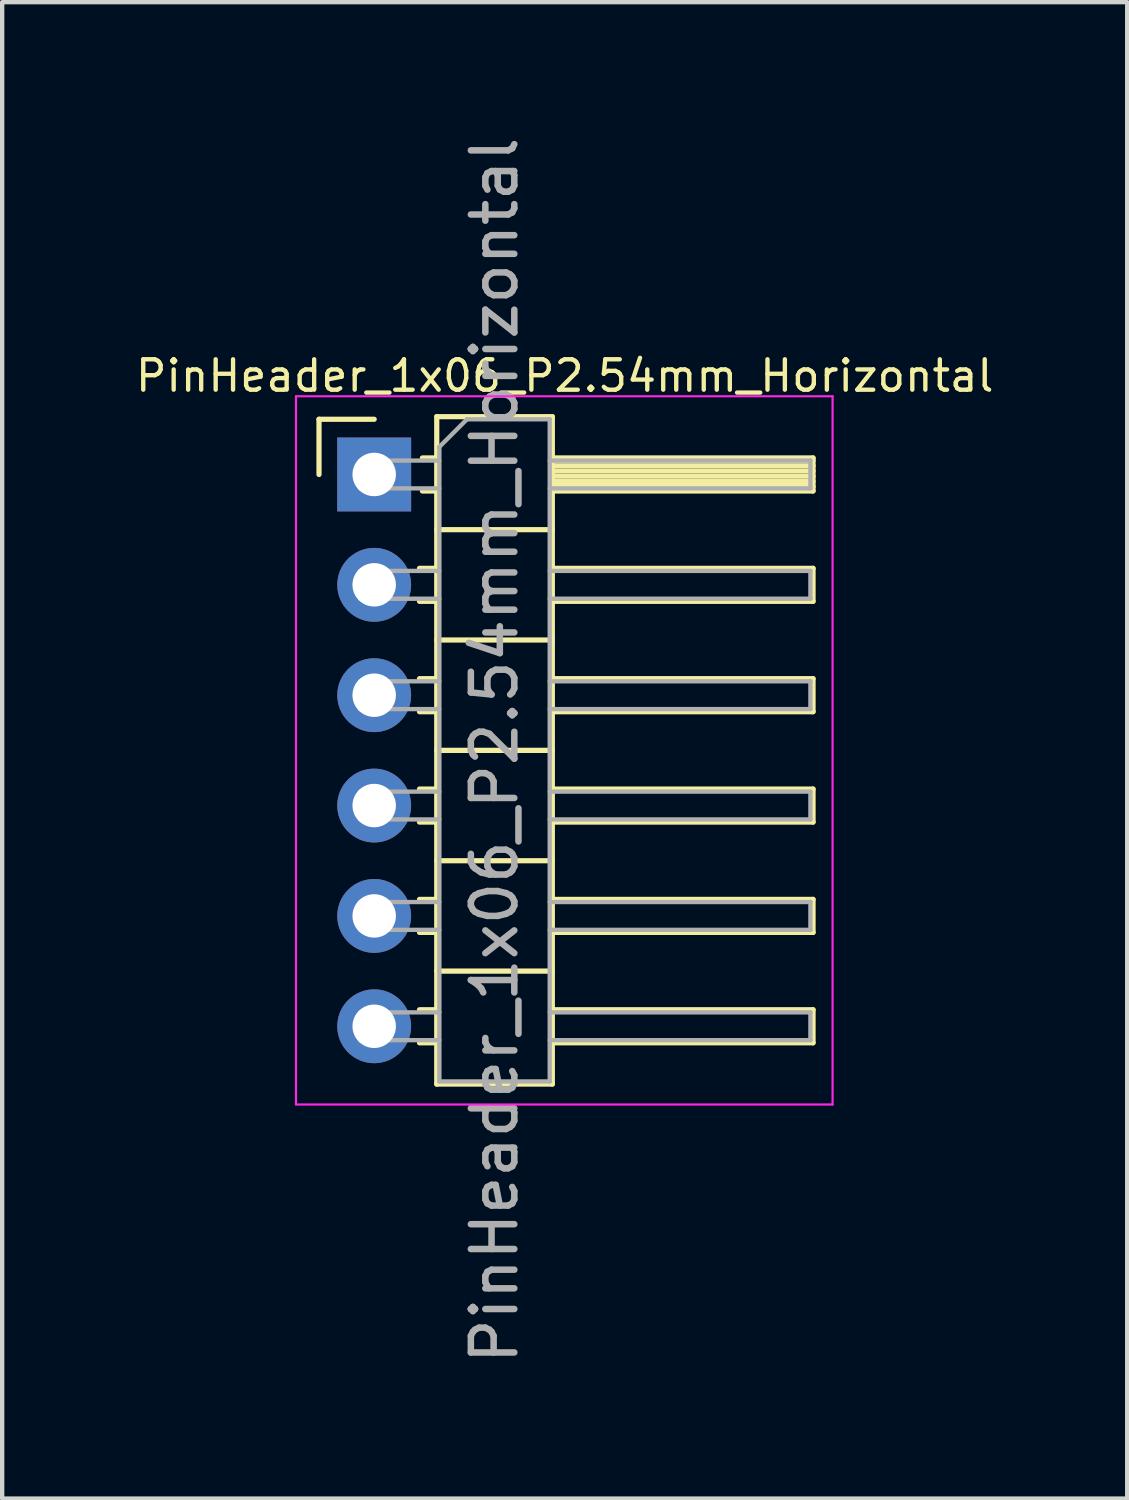
<source format=kicad_pcb>
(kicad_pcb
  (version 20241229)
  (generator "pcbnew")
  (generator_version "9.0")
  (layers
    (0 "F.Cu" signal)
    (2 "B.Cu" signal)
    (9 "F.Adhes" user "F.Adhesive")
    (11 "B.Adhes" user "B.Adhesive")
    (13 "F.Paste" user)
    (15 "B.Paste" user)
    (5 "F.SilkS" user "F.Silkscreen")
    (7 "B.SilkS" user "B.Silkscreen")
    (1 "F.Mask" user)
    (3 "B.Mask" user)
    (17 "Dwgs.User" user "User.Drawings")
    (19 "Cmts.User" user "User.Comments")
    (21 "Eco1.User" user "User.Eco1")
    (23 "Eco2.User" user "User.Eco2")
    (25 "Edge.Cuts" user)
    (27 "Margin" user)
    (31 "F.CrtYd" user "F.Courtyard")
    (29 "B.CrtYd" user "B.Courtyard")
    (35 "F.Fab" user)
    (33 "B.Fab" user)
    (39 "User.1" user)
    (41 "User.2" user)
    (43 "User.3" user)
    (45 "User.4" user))
  (footprint "PinHeader_1x06_P2.54mm_Horizontal"
    (layer "F.Cu")
    (at 5.562 7.87)
    (property "Reference" "PinHeader_1x06_P2.54mm_Horizontal" (at 4.385 -2.27 180) (layer "F.SilkS") (effects (font (size 0.7 0.7) (thickness 0.1))))
    (attr through_hole)
    (fp_line (start -1.27 -1.27) (end 0 -1.27) (stroke (width 0.12) (type solid)) (layer "F.SilkS"))
    (fp_line (start -1.27 0) (end -1.27 -1.27) (stroke (width 0.12) (type solid)) (layer "F.SilkS"))
    (fp_line (start 1.043 2.16) (end 1.44 2.16) (stroke (width 0.12) (type solid)) (layer "F.SilkS"))
    (fp_line (start 1.043 2.92) (end 1.44 2.92) (stroke (width 0.12) (type solid)) (layer "F.SilkS"))
    (fp_line (start 1.043 4.7) (end 1.44 4.7) (stroke (width 0.12) (type solid)) (layer "F.SilkS"))
    (fp_line (start 1.043 5.46) (end 1.44 5.46) (stroke (width 0.12) (type solid)) (layer "F.SilkS"))
    (fp_line (start 1.043 7.24) (end 1.44 7.24) (stroke (width 0.12) (type solid)) (layer "F.SilkS"))
    (fp_line (start 1.043 8) (end 1.44 8) (stroke (width 0.12) (type solid)) (layer "F.SilkS"))
    (fp_line (start 1.043 9.78) (end 1.44 9.78) (stroke (width 0.12) (type solid)) (layer "F.SilkS"))
    (fp_line (start 1.043 10.54) (end 1.44 10.54) (stroke (width 0.12) (type solid)) (layer "F.SilkS"))
    (fp_line (start 1.043 12.32) (end 1.44 12.32) (stroke (width 0.12) (type solid)) (layer "F.SilkS"))
    (fp_line (start 1.043 13.08) (end 1.44 13.08) (stroke (width 0.12) (type solid)) (layer "F.SilkS"))
    (fp_line (start 1.11 -0.38) (end 1.44 -0.38) (stroke (width 0.12) (type solid)) (layer "F.SilkS"))
    (fp_line (start 1.11 0.38) (end 1.44 0.38) (stroke (width 0.12) (type solid)) (layer "F.SilkS"))
    (fp_line (start 1.44 -1.33) (end 1.44 14.03) (stroke (width 0.12) (type solid)) (layer "F.SilkS"))
    (fp_line (start 1.44 1.27) (end 4.1 1.27) (stroke (width 0.12) (type solid)) (layer "F.SilkS"))
    (fp_line (start 1.44 3.81) (end 4.1 3.81) (stroke (width 0.12) (type solid)) (layer "F.SilkS"))
    (fp_line (start 1.44 6.35) (end 4.1 6.35) (stroke (width 0.12) (type solid)) (layer "F.SilkS"))
    (fp_line (start 1.44 8.89) (end 4.1 8.89) (stroke (width 0.12) (type solid)) (layer "F.SilkS"))
    (fp_line (start 1.44 11.43) (end 4.1 11.43) (stroke (width 0.12) (type solid)) (layer "F.SilkS"))
    (fp_line (start 1.44 14.03) (end 4.1 14.03) (stroke (width 0.12) (type solid)) (layer "F.SilkS"))
    (fp_line (start 4.1 -1.33) (end 1.44 -1.33) (stroke (width 0.12) (type solid)) (layer "F.SilkS"))
    (fp_line (start 4.1 -0.38) (end 10.1 -0.38) (stroke (width 0.12) (type solid)) (layer "F.SilkS"))
    (fp_line (start 4.1 -0.32) (end 10.1 -0.32) (stroke (width 0.12) (type solid)) (layer "F.SilkS"))
    (fp_line (start 4.1 -0.2) (end 10.1 -0.2) (stroke (width 0.12) (type solid)) (layer "F.SilkS"))
    (fp_line (start 4.1 -0.08) (end 10.1 -0.08) (stroke (width 0.12) (type solid)) (layer "F.SilkS"))
    (fp_line (start 4.1 0.04) (end 10.1 0.04) (stroke (width 0.12) (type solid)) (layer "F.SilkS"))
    (fp_line (start 4.1 0.16) (end 10.1 0.16) (stroke (width 0.12) (type solid)) (layer "F.SilkS"))
    (fp_line (start 4.1 0.28) (end 10.1 0.28) (stroke (width 0.12) (type solid)) (layer "F.SilkS"))
    (fp_line (start 4.1 2.16) (end 10.1 2.16) (stroke (width 0.12) (type solid)) (layer "F.SilkS"))
    (fp_line (start 4.1 4.7) (end 10.1 4.7) (stroke (width 0.12) (type solid)) (layer "F.SilkS"))
    (fp_line (start 4.1 7.24) (end 10.1 7.24) (stroke (width 0.12) (type solid)) (layer "F.SilkS"))
    (fp_line (start 4.1 9.78) (end 10.1 9.78) (stroke (width 0.12) (type solid)) (layer "F.SilkS"))
    (fp_line (start 4.1 12.32) (end 10.1 12.32) (stroke (width 0.12) (type solid)) (layer "F.SilkS"))
    (fp_line (start 4.1 14.03) (end 4.1 -1.33) (stroke (width 0.12) (type solid)) (layer "F.SilkS"))
    (fp_line (start 10.1 -0.38) (end 10.1 0.38) (stroke (width 0.12) (type solid)) (layer "F.SilkS"))
    (fp_line (start 10.1 0.38) (end 4.1 0.38) (stroke (width 0.12) (type solid)) (layer "F.SilkS"))
    (fp_line (start 10.1 2.16) (end 10.1 2.92) (stroke (width 0.12) (type solid)) (layer "F.SilkS"))
    (fp_line (start 10.1 2.92) (end 4.1 2.92) (stroke (width 0.12) (type solid)) (layer "F.SilkS"))
    (fp_line (start 10.1 4.7) (end 10.1 5.46) (stroke (width 0.12) (type solid)) (layer "F.SilkS"))
    (fp_line (start 10.1 5.46) (end 4.1 5.46) (stroke (width 0.12) (type solid)) (layer "F.SilkS"))
    (fp_line (start 10.1 7.24) (end 10.1 8) (stroke (width 0.12) (type solid)) (layer "F.SilkS"))
    (fp_line (start 10.1 8) (end 4.1 8) (stroke (width 0.12) (type solid)) (layer "F.SilkS"))
    (fp_line (start 10.1 9.78) (end 10.1 10.54) (stroke (width 0.12) (type solid)) (layer "F.SilkS"))
    (fp_line (start 10.1 10.54) (end 4.1 10.54) (stroke (width 0.12) (type solid)) (layer "F.SilkS"))
    (fp_line (start 10.1 12.32) (end 10.1 13.08) (stroke (width 0.12) (type solid)) (layer "F.SilkS"))
    (fp_line (start 10.1 13.08) (end 4.1 13.08) (stroke (width 0.12) (type solid)) (layer "F.SilkS"))
    (fp_line (start -1.8 -1.8) (end -1.8 14.5) (stroke (width 0.05) (type solid)) (layer "F.CrtYd"))
    (fp_line (start -1.8 14.5) (end 10.55 14.5) (stroke (width 0.05) (type solid)) (layer "F.CrtYd"))
    (fp_line (start 10.55 -1.8) (end -1.8 -1.8) (stroke (width 0.05) (type solid)) (layer "F.CrtYd"))
    (fp_line (start 10.55 14.5) (end 10.55 -1.8) (stroke (width 0.05) (type solid)) (layer "F.CrtYd"))
    (fp_line (start -0.32 -0.32) (end -0.32 0.32) (stroke (width 0.1) (type solid)) (layer "F.Fab"))
    (fp_line (start -0.32 -0.32) (end 1.5 -0.32) (stroke (width 0.1) (type solid)) (layer "F.Fab"))
    (fp_line (start -0.32 0.32) (end 1.5 0.32) (stroke (width 0.1) (type solid)) (layer "F.Fab"))
    (fp_line (start -0.32 2.22) (end -0.32 2.86) (stroke (width 0.1) (type solid)) (layer "F.Fab"))
    (fp_line (start -0.32 2.22) (end 1.5 2.22) (stroke (width 0.1) (type solid)) (layer "F.Fab"))
    (fp_line (start -0.32 2.86) (end 1.5 2.86) (stroke (width 0.1) (type solid)) (layer "F.Fab"))
    (fp_line (start -0.32 4.76) (end -0.32 5.4) (stroke (width 0.1) (type solid)) (layer "F.Fab"))
    (fp_line (start -0.32 4.76) (end 1.5 4.76) (stroke (width 0.1) (type solid)) (layer "F.Fab"))
    (fp_line (start -0.32 5.4) (end 1.5 5.4) (stroke (width 0.1) (type solid)) (layer "F.Fab"))
    (fp_line (start -0.32 7.3) (end -0.32 7.94) (stroke (width 0.1) (type solid)) (layer "F.Fab"))
    (fp_line (start -0.32 7.3) (end 1.5 7.3) (stroke (width 0.1) (type solid)) (layer "F.Fab"))
    (fp_line (start -0.32 7.94) (end 1.5 7.94) (stroke (width 0.1) (type solid)) (layer "F.Fab"))
    (fp_line (start -0.32 9.84) (end -0.32 10.48) (stroke (width 0.1) (type solid)) (layer "F.Fab"))
    (fp_line (start -0.32 9.84) (end 1.5 9.84) (stroke (width 0.1) (type solid)) (layer "F.Fab"))
    (fp_line (start -0.32 10.48) (end 1.5 10.48) (stroke (width 0.1) (type solid)) (layer "F.Fab"))
    (fp_line (start -0.32 12.38) (end -0.32 13.02) (stroke (width 0.1) (type solid)) (layer "F.Fab"))
    (fp_line (start -0.32 12.38) (end 1.5 12.38) (stroke (width 0.1) (type solid)) (layer "F.Fab"))
    (fp_line (start -0.32 13.02) (end 1.5 13.02) (stroke (width 0.1) (type solid)) (layer "F.Fab"))
    (fp_line (start 1.5 -0.635) (end 2.135 -1.27) (stroke (width 0.1) (type solid)) (layer "F.Fab"))
    (fp_line (start 1.5 13.97) (end 1.5 -0.635) (stroke (width 0.1) (type solid)) (layer "F.Fab"))
    (fp_line (start 2.135 -1.27) (end 4.04 -1.27) (stroke (width 0.1) (type solid)) (layer "F.Fab"))
    (fp_line (start 4.04 -1.27) (end 4.04 13.97) (stroke (width 0.1) (type solid)) (layer "F.Fab"))
    (fp_line (start 4.04 -0.32) (end 10.04 -0.32) (stroke (width 0.1) (type solid)) (layer "F.Fab"))
    (fp_line (start 4.04 0.32) (end 10.04 0.32) (stroke (width 0.1) (type solid)) (layer "F.Fab"))
    (fp_line (start 4.04 2.22) (end 10.04 2.22) (stroke (width 0.1) (type solid)) (layer "F.Fab"))
    (fp_line (start 4.04 2.86) (end 10.04 2.86) (stroke (width 0.1) (type solid)) (layer "F.Fab"))
    (fp_line (start 4.04 4.76) (end 10.04 4.76) (stroke (width 0.1) (type solid)) (layer "F.Fab"))
    (fp_line (start 4.04 5.4) (end 10.04 5.4) (stroke (width 0.1) (type solid)) (layer "F.Fab"))
    (fp_line (start 4.04 7.3) (end 10.04 7.3) (stroke (width 0.1) (type solid)) (layer "F.Fab"))
    (fp_line (start 4.04 7.94) (end 10.04 7.94) (stroke (width 0.1) (type solid)) (layer "F.Fab"))
    (fp_line (start 4.04 9.84) (end 10.04 9.84) (stroke (width 0.1) (type solid)) (layer "F.Fab"))
    (fp_line (start 4.04 10.48) (end 10.04 10.48) (stroke (width 0.1) (type solid)) (layer "F.Fab"))
    (fp_line (start 4.04 12.38) (end 10.04 12.38) (stroke (width 0.1) (type solid)) (layer "F.Fab"))
    (fp_line (start 4.04 13.02) (end 10.04 13.02) (stroke (width 0.1) (type solid)) (layer "F.Fab"))
    (fp_line (start 4.04 13.97) (end 1.5 13.97) (stroke (width 0.1) (type solid)) (layer "F.Fab"))
    (fp_line (start 10.04 -0.32) (end 10.04 0.32) (stroke (width 0.1) (type solid)) (layer "F.Fab"))
    (fp_line (start 10.04 2.22) (end 10.04 2.86) (stroke (width 0.1) (type solid)) (layer "F.Fab"))
    (fp_line (start 10.04 4.76) (end 10.04 5.4) (stroke (width 0.1) (type solid)) (layer "F.Fab"))
    (fp_line (start 10.04 7.3) (end 10.04 7.94) (stroke (width 0.1) (type solid)) (layer "F.Fab"))
    (fp_line (start 10.04 9.84) (end 10.04 10.48) (stroke (width 0.1) (type solid)) (layer "F.Fab"))
    (fp_line (start 10.04 12.38) (end 10.04 13.02) (stroke (width 0.1) (type solid)) (layer "F.Fab"))
    (fp_text user "${REFERENCE}" (at 2.77 6.35 270) (layer "F.Fab") (effects (font (size 1 1) (thickness 0.15))))
    (pad "1" thru_hole rect (at 0 0) (size 1.7 1.7) (drill 1) (layers "*.Cu" "*.Mask"))
    (pad "2" thru_hole oval (at 0 2.54) (size 1.7 1.7) (drill 1) (layers "*.Cu" "*.Mask"))
    (pad "3" thru_hole oval (at 0 5.08) (size 1.7 1.7) (drill 1) (layers "*.Cu" "*.Mask"))
    (pad "4" thru_hole oval (at 0 7.62) (size 1.7 1.7) (drill 1) (layers "*.Cu" "*.Mask"))
    (pad "5" thru_hole oval (at 0 10.16) (size 1.7 1.7) (drill 1) (layers "*.Cu" "*.Mask"))
    (pad "6" thru_hole oval (at 0 12.7) (size 1.7 1.7) (drill 1) (layers "*.Cu" "*.Mask")))
  (gr_rect
    (start -3 -3)
    (end 22.893 31.44)
    (stroke (width 0.1) (type default))
    (fill no)
    (layer "Edge.Cuts")))
</source>
